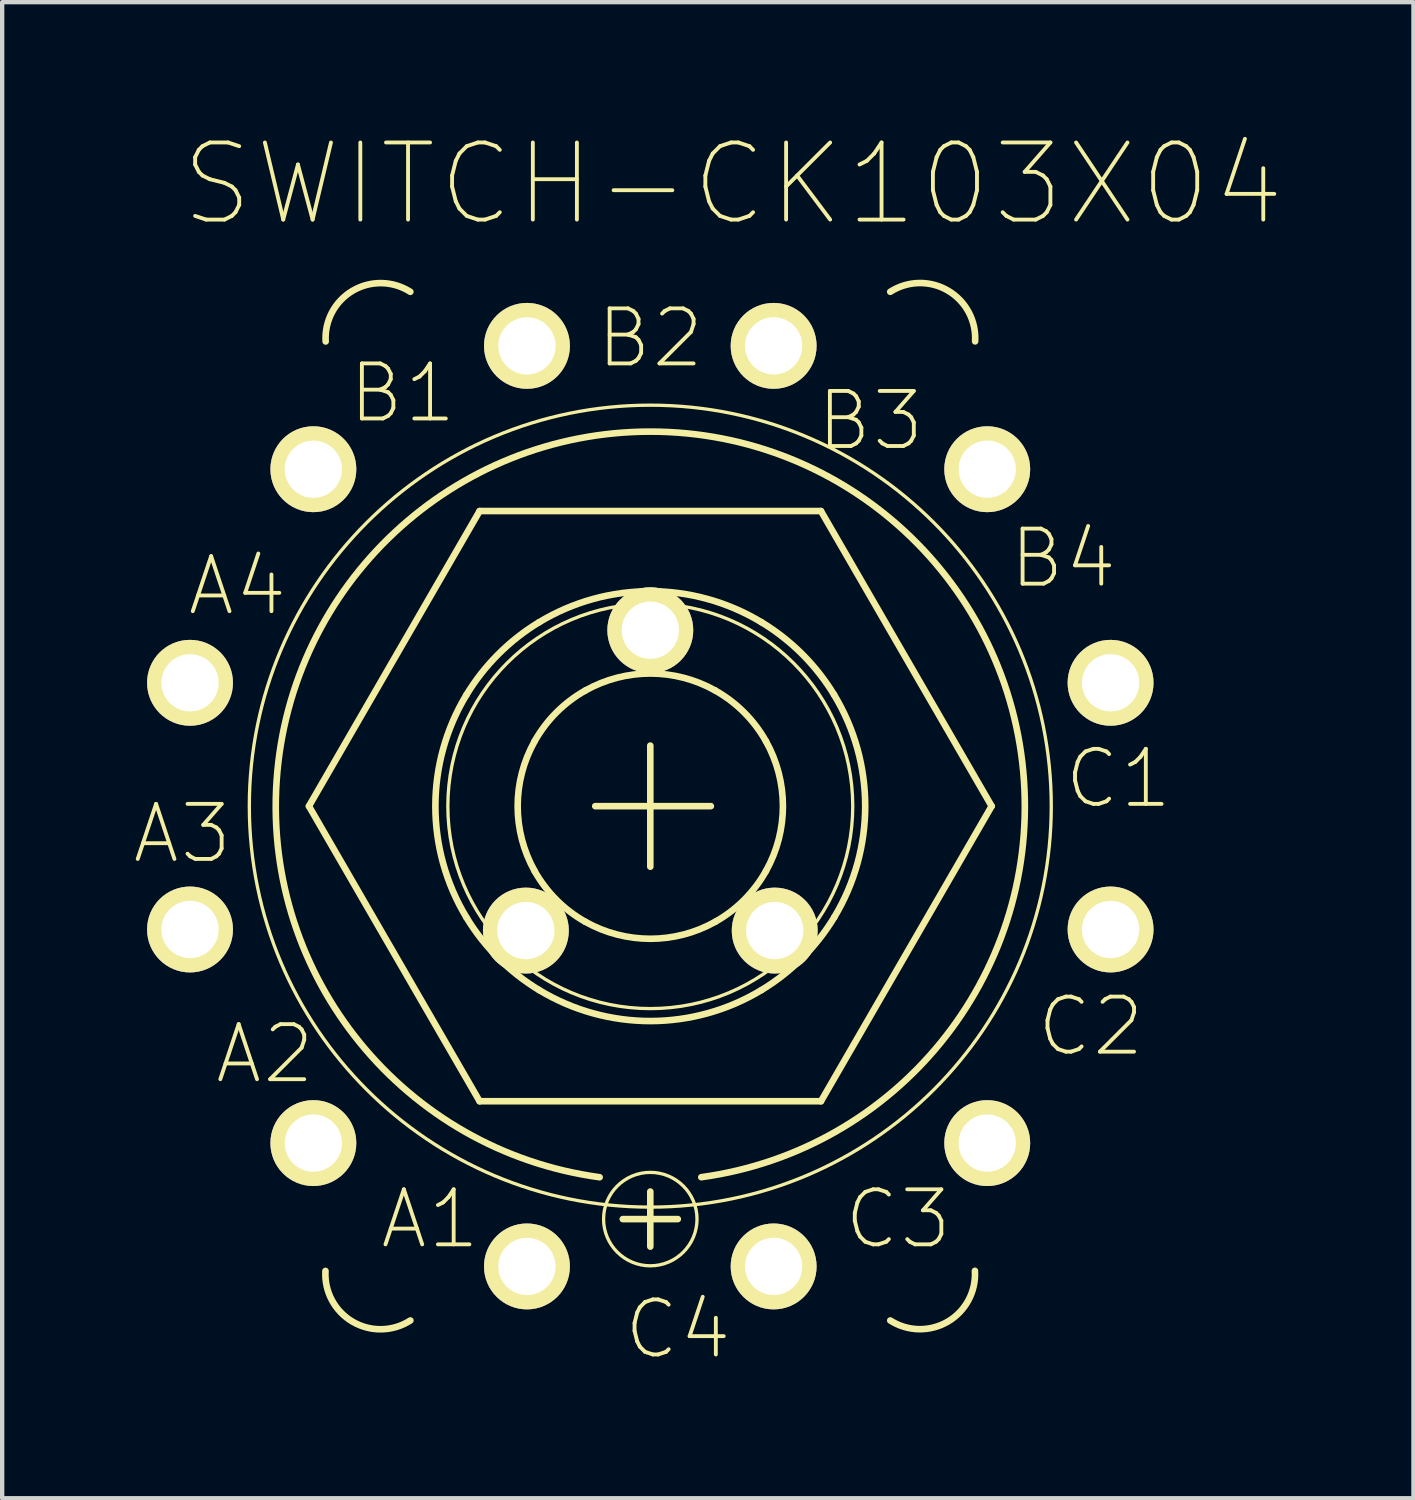
<source format=kicad_pcb>
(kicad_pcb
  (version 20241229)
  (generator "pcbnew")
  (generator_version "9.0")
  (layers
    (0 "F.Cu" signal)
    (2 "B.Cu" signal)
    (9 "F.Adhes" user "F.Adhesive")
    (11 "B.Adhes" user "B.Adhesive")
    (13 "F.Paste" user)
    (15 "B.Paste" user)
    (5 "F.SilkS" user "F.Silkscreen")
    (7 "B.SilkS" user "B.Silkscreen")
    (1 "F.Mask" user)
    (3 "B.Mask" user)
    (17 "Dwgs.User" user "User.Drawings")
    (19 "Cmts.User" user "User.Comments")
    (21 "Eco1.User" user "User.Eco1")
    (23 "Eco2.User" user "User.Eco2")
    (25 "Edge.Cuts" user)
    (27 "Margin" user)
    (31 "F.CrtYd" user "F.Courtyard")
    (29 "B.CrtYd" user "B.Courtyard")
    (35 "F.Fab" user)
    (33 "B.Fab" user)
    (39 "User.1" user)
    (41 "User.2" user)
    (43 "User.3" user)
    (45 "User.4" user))
  (footprint "SWITCH-CK103X04"
    (layer "F.Cu")
    (at 11.95 15.545)
    (property "Reference" "SWITCH-CK103X04" (at 1.905 -14.348 0) (layer "F.SilkS") (effects (font (size 1.778 1.778) (thickness 0.089))))
    (attr exclude_from_pos_files exclude_from_bom)
    (fp_line (start -7.874 0) (end -3.937 -6.807) (stroke (width 0.152) (type solid)) (layer "F.SilkS"))
    (fp_line (start -3.937 -6.807) (end 3.937 -6.807) (stroke (width 0.152) (type solid)) (layer "F.SilkS"))
    (fp_line (start -3.937 6.807) (end -7.874 0) (stroke (width 0.152) (type solid)) (layer "F.SilkS"))
    (fp_line (start -1.27 0) (end 1.397 0) (stroke (width 0.152) (type solid)) (layer "F.SilkS"))
    (fp_line (start -0.635 9.525) (end 0.635 9.525) (stroke (width 0.152) (type solid)) (layer "F.SilkS"))
    (fp_line (start 0 1.397) (end 0 -1.397) (stroke (width 0.152) (type solid)) (layer "F.SilkS"))
    (fp_line (start 0 8.89) (end 0 10.16) (stroke (width 0.152) (type solid)) (layer "F.SilkS"))
    (fp_line (start 3.937 -6.807) (end 7.874 0) (stroke (width 0.152) (type solid)) (layer "F.SilkS"))
    (fp_line (start 3.937 6.807) (end -3.937 6.807) (stroke (width 0.152) (type solid)) (layer "F.SilkS"))
    (fp_line (start 7.874 0) (end 3.937 6.807) (stroke (width 0.152) (type solid)) (layer "F.SilkS"))
    (fp_arc (start -7.48792 -10.7188) (mid -6.862814 -11.890282) (end -5.535246 -11.863992) (stroke (width 0.1524) (type solid)) (layer "F.SilkS"))
    (fp_arc (start -5.53466 11.86434) (mid -6.864248 11.893227) (end -7.492583 10.721121) (stroke (width 0.1524) (type solid)) (layer "F.SilkS"))
    (fp_arc (start -4.2418 -2.5654) (mid -3.507424 -3.503159) (end -2.570559 -4.238676) (stroke (width 0.1524) (type solid)) (layer "F.SilkS"))
    (fp_arc (start -4.2418 2.5654) (mid -4.957231 0.001311) (end -4.243156 -2.563157) (stroke (width 0.1524) (type solid)) (layer "F.SilkS"))
    (fp_arc (start -2.667 -1.4986) (mid -2.163865 -2.162494) (end -1.50029 -2.666049) (stroke (width 0.1524) (type solid)) (layer "F.SilkS"))
    (fp_arc (start -2.667 1.4986) (mid -3.059197 0.0017) (end -2.668664 -1.495635) (stroke (width 0.1524) (type solid)) (layer "F.SilkS"))
    (fp_arc (start -2.5654 -4.2418) (mid -0.001311 -4.957231) (end 2.563157 -4.243156) (stroke (width 0.1524) (type solid)) (layer "F.SilkS"))
    (fp_arc (start -2.5654 4.2418) (mid -3.503159 3.507424) (end -4.238676 2.570559) (stroke (width 0.1524) (type solid)) (layer "F.SilkS"))
    (fp_arc (start -1.4986 -2.667) (mid -0.0017 -3.059197) (end 1.495635 -2.668664) (stroke (width 0.1524) (type solid)) (layer "F.SilkS"))
    (fp_arc (start -1.4986 2.667) (mid -2.162494 2.163865) (end -2.666049 1.50029) (stroke (width 0.1524) (type solid)) (layer "F.SilkS"))
    (fp_arc (start -1.1684 8.5598) (mid -0.004109 -8.639173) (end 1.176541 8.558685) (stroke (width 0.1524) (type solid)) (layer "F.SilkS"))
    (fp_arc (start 1.4986 -2.667) (mid 2.162494 -2.163865) (end 2.666049 -1.50029) (stroke (width 0.1524) (type solid)) (layer "F.SilkS"))
    (fp_arc (start 1.4986 2.667) (mid 0.0017 3.059197) (end -1.495635 2.668664) (stroke (width 0.1524) (type solid)) (layer "F.SilkS"))
    (fp_arc (start 2.5654 -4.2418) (mid 3.503159 -3.507424) (end 4.238676 -2.570559) (stroke (width 0.1524) (type solid)) (layer "F.SilkS"))
    (fp_arc (start 2.5654 4.2418) (mid 0.001311 4.957231) (end -2.563157 4.243156) (stroke (width 0.1524) (type solid)) (layer "F.SilkS"))
    (fp_arc (start 2.667 -1.4986) (mid 3.059197 -0.0017) (end 2.668664 1.495635) (stroke (width 0.1524) (type solid)) (layer "F.SilkS"))
    (fp_arc (start 2.667 1.4986) (mid 2.163865 2.162494) (end 1.50029 2.666049) (stroke (width 0.1524) (type solid)) (layer "F.SilkS"))
    (fp_arc (start 4.2418 -2.5654) (mid 4.957231 -0.001311) (end 4.243156 2.563157) (stroke (width 0.1524) (type solid)) (layer "F.SilkS"))
    (fp_arc (start 4.2418 2.5654) (mid 3.507424 3.503159) (end 2.570559 4.238676) (stroke (width 0.1524) (type solid)) (layer "F.SilkS"))
    (fp_arc (start 5.53466 -11.86434) (mid 6.864248 -11.893227) (end 7.492583 -10.721121) (stroke (width 0.1524) (type solid)) (layer "F.SilkS"))
    (fp_arc (start 7.48792 10.7188) (mid 6.862814 11.890282) (end 5.535246 11.863992) (stroke (width 0.1524) (type solid)) (layer "F.SilkS"))
    (fp_circle (center 0 0) (end -6.54 6.54) (stroke (width 0.076) (type solid)) (fill no) (layer "F.SilkS"))
    (fp_circle (center 0 0) (end -3.302 3.302) (stroke (width 0.076) (type solid)) (fill no) (layer "F.SilkS"))
    (fp_circle (center 0 9.525) (end -0.762 10.287) (stroke (width 0.076) (type solid)) (fill no) (layer "F.SilkS"))
    (fp_text user "B3" (at 5.08 -8.89 0) (layer "F.SilkS") (effects (font (size 1.27 1.27) (thickness 0.089))))
    (fp_text user "C4" (at 0.635 12.065 0) (layer "F.SilkS") (effects (font (size 1.27 1.27) (thickness 0.089))))
    (fp_text user "A2" (at -8.89 5.715 0) (layer "F.SilkS") (effects (font (size 1.27 1.27) (thickness 0.089))))
    (fp_text user "C1" (at 10.795 -0.635 0) (layer "F.SilkS") (effects (font (size 1.27 1.27) (thickness 0.089))))
    (fp_text user "C3" (at 5.715 9.525 0) (layer "F.SilkS") (effects (font (size 1.27 1.27) (thickness 0.089))))
    (fp_text user "A3" (at -10.795 0.635 0) (layer "F.SilkS") (effects (font (size 1.27 1.27) (thickness 0.089))))
    (fp_text user "A4" (at -9.525 -5.08 0) (layer "F.SilkS") (effects (font (size 1.27 1.27) (thickness 0.089))))
    (fp_text user "B2" (at 0 -10.795 0) (layer "F.SilkS") (effects (font (size 1.27 1.27) (thickness 0.089))))
    (fp_text user "B1" (at -5.715 -9.525 0) (layer "F.SilkS") (effects (font (size 1.27 1.27) (thickness 0.089))))
    (fp_text user "C2" (at 10.16 5.08 0) (layer "F.SilkS") (effects (font (size 1.27 1.27) (thickness 0.089))))
    (fp_text user "B4" (at 9.525 -5.715 0) (layer "F.SilkS") (effects (font (size 1.27 1.27) (thickness 0.089))))
    (fp_text user "A1" (at -5.08 9.525 0) (layer "F.SilkS") (effects (font (size 1.27 1.27) (thickness 0.089))))
    (pad "A" thru_hole circle (at -2.87 2.87) (size 1.981 1.981) (drill 1.321) (layers "*.Cu" "F.Mask" "F.SilkS" "F.Paste"))
    (pad "A1" thru_hole circle (at -2.845 10.617) (size 1.981 1.981) (drill 1.321) (layers "*.Cu" "F.Mask" "F.SilkS" "F.Paste"))
    (pad "A2" thru_hole circle (at -7.772 7.772) (size 1.981 1.981) (drill 1.321) (layers "*.Cu" "F.Mask" "F.SilkS" "F.Paste"))
    (pad "A3" thru_hole circle (at -10.617 2.845) (size 1.981 1.981) (drill 1.321) (layers "*.Cu" "F.Mask" "F.SilkS" "F.Paste"))
    (pad "A4" thru_hole circle (at -10.617 -2.845) (size 1.981 1.981) (drill 1.321) (layers "*.Cu" "F.Mask" "F.SilkS" "F.Paste"))
    (pad "B" thru_hole circle (at 0 -4.059) (size 1.981 1.981) (drill 1.321) (layers "*.Cu" "F.Mask" "F.SilkS" "F.Paste"))
    (pad "B1" thru_hole circle (at -7.772 -7.772) (size 1.981 1.981) (drill 1.321) (layers "*.Cu" "F.Mask" "F.SilkS" "F.Paste"))
    (pad "B2" thru_hole circle (at -2.845 -10.617) (size 1.981 1.981) (drill 1.321) (layers "*.Cu" "F.Mask" "F.SilkS" "F.Paste"))
    (pad "B3" thru_hole circle (at 2.845 -10.617) (size 1.981 1.981) (drill 1.321) (layers "*.Cu" "F.Mask" "F.SilkS" "F.Paste"))
    (pad "B4" thru_hole circle (at 7.772 -7.772) (size 1.981 1.981) (drill 1.321) (layers "*.Cu" "F.Mask" "F.SilkS" "F.Paste"))
    (pad "C" thru_hole circle (at 2.87 2.87) (size 1.981 1.981) (drill 1.321) (layers "*.Cu" "F.Mask" "F.SilkS" "F.Paste"))
    (pad "C1" thru_hole circle (at 10.617 -2.845) (size 1.981 1.981) (drill 1.321) (layers "*.Cu" "F.Mask" "F.SilkS" "F.Paste"))
    (pad "C2" thru_hole circle (at 10.617 2.845) (size 1.981 1.981) (drill 1.321) (layers "*.Cu" "F.Mask" "F.SilkS" "F.Paste"))
    (pad "C3" thru_hole circle (at 7.772 7.772) (size 1.981 1.981) (drill 1.321) (layers "*.Cu" "F.Mask" "F.SilkS" "F.Paste"))
    (pad "C4" thru_hole circle (at 2.845 10.617) (size 1.981 1.981) (drill 1.321) (layers "*.Cu" "F.Mask" "F.SilkS" "F.Paste")))
  (gr_rect
    (start -3 -3)
    (end 29.553 31.509)
    (stroke (width 0.1) (type default))
    (fill no)
    (layer "Edge.Cuts")))
</source>
